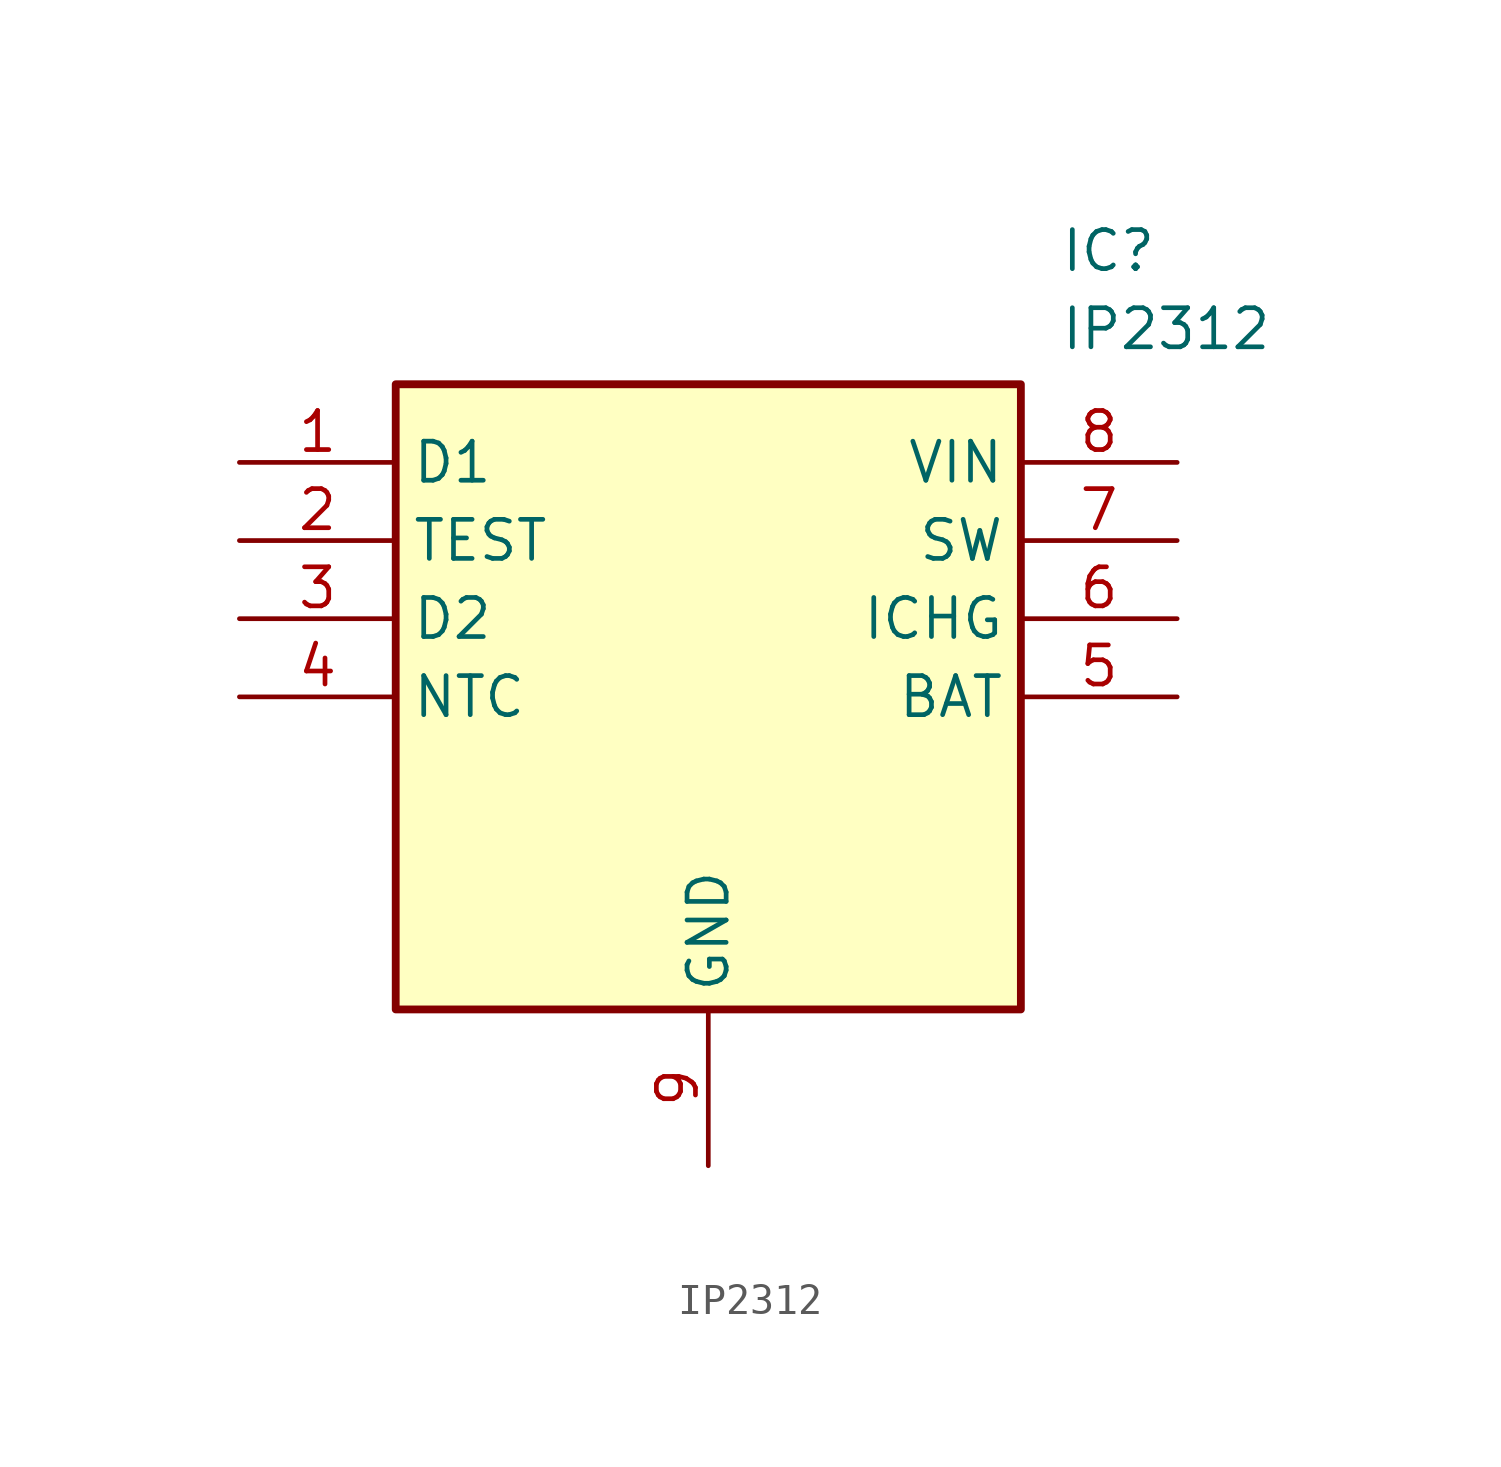
<source format=kicad_sym>
(kicad_symbol_lib
  (version 20211014)
  (generator SamacSys_ECAD_Model)
  (symbol "IP2312"
    (property "Reference" "IC"
      (at 26.67 7.62 0)
      (effects (font (size 1.27 1.27)) (justify left top)))
    (property "Value" "IP2312"
      (at 26.67 5.08 0)
      (effects (font (size 1.27 1.27)) (justify left top)))
    (rectangle
      (start 5.08 2.54)
      (end 25.4 -17.78)
      (stroke (width 0.254) (type default))
      (fill (type background)))
    (pin passive line
      (at 0 0 0)
      (length 5.08)
      (name "D1" (effects (font (size 1.27 1.27))))
      (number "1" (effects (font (size 1.27 1.27)))))
    (pin passive line
      (at 0 -2.54 0)
      (length 5.08)
      (name "TEST" (effects (font (size 1.27 1.27))))
      (number "2" (effects (font (size 1.27 1.27)))))
    (pin passive line
      (at 0 -5.08 0)
      (length 5.08)
      (name "D2" (effects (font (size 1.27 1.27))))
      (number "3" (effects (font (size 1.27 1.27)))))
    (pin passive line
      (at 0 -7.62 0)
      (length 5.08)
      (name "NTC" (effects (font (size 1.27 1.27))))
      (number "4" (effects (font (size 1.27 1.27)))))
    (pin passive line
      (at 15.24 -22.86 90)
      (length 5.08)
      (name "GND" (effects (font (size 1.27 1.27))))
      (number "9" (effects (font (size 1.27 1.27)))))
    (pin passive line
      (at 30.48 0 180)
      (length 5.08)
      (name "VIN" (effects (font (size 1.27 1.27))))
      (number "8" (effects (font (size 1.27 1.27)))))
    (pin passive line
      (at 30.48 -2.54 180)
      (length 5.08)
      (name "SW" (effects (font (size 1.27 1.27))))
      (number "7" (effects (font (size 1.27 1.27)))))
    (pin passive line
      (at 30.48 -5.08 180)
      (length 5.08)
      (name "ICHG" (effects (font (size 1.27 1.27))))
      (number "6" (effects (font (size 1.27 1.27)))))
    (pin passive line
      (at 30.48 -7.62 180)
      (length 5.08)
      (name "BAT" (effects (font (size 1.27 1.27))))
      (number "5" (effects (font (size 1.27 1.27)))))))
</source>
